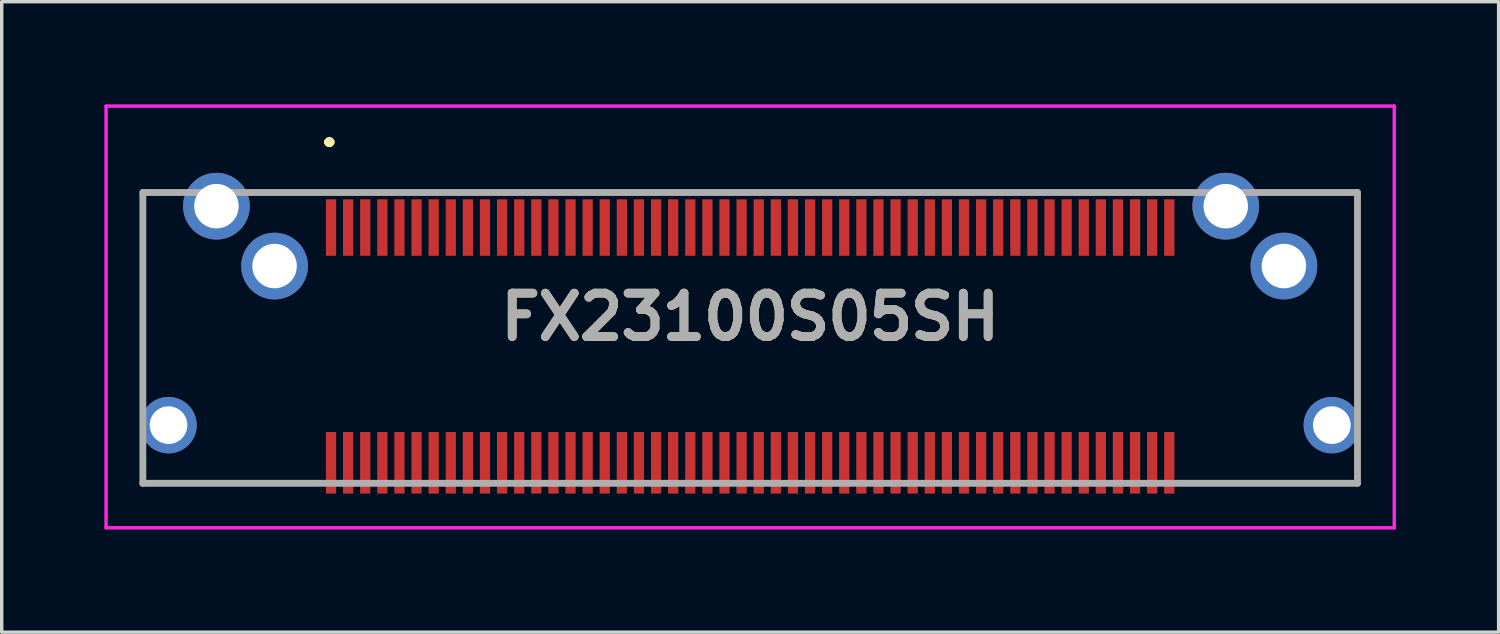
<source format=kicad_pcb>
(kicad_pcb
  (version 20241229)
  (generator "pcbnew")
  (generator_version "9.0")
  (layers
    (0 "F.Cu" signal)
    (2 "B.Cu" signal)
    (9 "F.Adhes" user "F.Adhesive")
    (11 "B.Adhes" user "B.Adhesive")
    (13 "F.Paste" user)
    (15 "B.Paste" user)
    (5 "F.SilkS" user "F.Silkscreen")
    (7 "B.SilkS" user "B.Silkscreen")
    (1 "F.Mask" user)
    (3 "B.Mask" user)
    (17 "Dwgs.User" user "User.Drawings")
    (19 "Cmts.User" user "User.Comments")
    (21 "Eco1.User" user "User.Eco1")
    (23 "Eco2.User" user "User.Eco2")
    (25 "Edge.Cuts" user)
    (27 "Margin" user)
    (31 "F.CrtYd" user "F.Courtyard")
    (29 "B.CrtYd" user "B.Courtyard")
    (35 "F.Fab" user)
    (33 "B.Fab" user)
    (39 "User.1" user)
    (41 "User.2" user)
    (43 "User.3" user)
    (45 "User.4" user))
  (footprint "FX23100S05SH"
    (layer "F.Cu")
    (at 18.875 6.826)
    (property "Reference" "FX23100S05SH" (at 0 -0.613 0) (layer "F.SilkS") (effects (font (size 1.27 1.27) (thickness 0.254))))
    (attr through_hole)
    (fp_line (start -17.75 -4.25) (end -17.75 -4.25) (stroke (width 0.1) (type solid)) (layer "F.SilkS"))
    (fp_line (start -17.75 -4.25) (end -17.75 0.774) (stroke (width 0.1) (type solid)) (layer "F.SilkS"))
    (fp_line (start -17.75 0.774) (end -17.75 -4.25) (stroke (width 0.1) (type solid)) (layer "F.SilkS"))
    (fp_line (start -17.75 0.774) (end -17.75 0.774) (stroke (width 0.1) (type solid)) (layer "F.SilkS"))
    (fp_line (start -17.75 4.25) (end -17.75 4.25) (stroke (width 0.1) (type solid)) (layer "F.SilkS"))
    (fp_line (start -17.75 4.25) (end -13.25 4.25) (stroke (width 0.1) (type solid)) (layer "F.SilkS"))
    (fp_line (start -14 -4.25) (end -14 -4.25) (stroke (width 0.1) (type solid)) (layer "F.SilkS"))
    (fp_line (start -14 -4.25) (end -12.75 -4.25) (stroke (width 0.1) (type solid)) (layer "F.SilkS"))
    (fp_line (start -13.25 4.25) (end -17.75 4.25) (stroke (width 0.1) (type solid)) (layer "F.SilkS"))
    (fp_line (start -13.25 4.25) (end -13.25 4.25) (stroke (width 0.1) (type solid)) (layer "F.SilkS"))
    (fp_line (start -12.75 -4.25) (end -14 -4.25) (stroke (width 0.1) (type solid)) (layer "F.SilkS"))
    (fp_line (start -12.75 -4.25) (end -12.75 -4.25) (stroke (width 0.1) (type solid)) (layer "F.SilkS"))
    (fp_line (start -12.35 -5.726) (end -12.35 -5.726) (stroke (width 0.2) (type solid)) (layer "F.SilkS"))
    (fp_line (start -12.35 -5.726) (end -12.35 -5.726) (stroke (width 0.2) (type solid)) (layer "F.SilkS"))
    (fp_line (start -12.25 -5.726) (end -12.25 -5.726) (stroke (width 0.2) (type solid)) (layer "F.SilkS"))
    (fp_line (start 13 4.25) (end 13 4.25) (stroke (width 0.1) (type solid)) (layer "F.SilkS"))
    (fp_line (start 13 4.25) (end 17.75 4.25) (stroke (width 0.1) (type solid)) (layer "F.SilkS"))
    (fp_line (start 15.75 -4.25) (end 17.75 -4.25) (stroke (width 0.1) (type solid)) (layer "F.SilkS"))
    (fp_line (start 15.75 -4.226) (end 15.75 -4.25) (stroke (width 0.1) (type solid)) (layer "F.SilkS"))
    (fp_line (start 17.75 -4.25) (end 17.75 -4.226) (stroke (width 0.1) (type solid)) (layer "F.SilkS"))
    (fp_line (start 17.75 -4.226) (end 15.75 -4.226) (stroke (width 0.1) (type solid)) (layer "F.SilkS"))
    (fp_line (start 17.75 -4.226) (end 17.75 -4.226) (stroke (width 0.1) (type solid)) (layer "F.SilkS"))
    (fp_line (start 17.75 -4.226) (end 17.75 1.274) (stroke (width 0.1) (type solid)) (layer "F.SilkS"))
    (fp_line (start 17.75 1.274) (end 17.75 -4.226) (stroke (width 0.1) (type solid)) (layer "F.SilkS"))
    (fp_line (start 17.75 1.274) (end 17.75 1.274) (stroke (width 0.1) (type solid)) (layer "F.SilkS"))
    (fp_line (start 17.75 4.25) (end 13 4.25) (stroke (width 0.1) (type solid)) (layer "F.SilkS"))
    (fp_line (start 17.75 4.25) (end 17.75 4.25) (stroke (width 0.1) (type solid)) (layer "F.SilkS"))
    (fp_arc (start -12.35 -5.725) (mid -12.3005 -5.7755) (end -12.25 -5.726) (stroke (width 0.2) (type solid)) (layer "F.SilkS"))
    (fp_arc (start -12.25 -5.725) (mid -12.3005 -5.6755) (end -12.35 -5.726) (stroke (width 0.2) (type solid)) (layer "F.SilkS"))
    (fp_arc (start -12.25 -5.725) (mid -12.3005 -5.6755) (end -12.35 -5.726) (stroke (width 0.2) (type solid)) (layer "F.SilkS"))
    (fp_line (start -18.825 -6.776) (end 18.825 -6.776) (stroke (width 0.1) (type solid)) (layer "F.CrtYd"))
    (fp_line (start -18.825 5.55) (end -18.825 -6.776) (stroke (width 0.1) (type solid)) (layer "F.CrtYd"))
    (fp_line (start 18.825 -6.776) (end 18.825 5.55) (stroke (width 0.1) (type solid)) (layer "F.CrtYd"))
    (fp_line (start 18.825 5.55) (end -18.825 5.55) (stroke (width 0.1) (type solid)) (layer "F.CrtYd"))
    (fp_line (start -17.75 -4.25) (end -17.75 4.25) (stroke (width 0.2) (type solid)) (layer "F.Fab"))
    (fp_line (start -17.75 4.25) (end 17.75 4.25) (stroke (width 0.2) (type solid)) (layer "F.Fab"))
    (fp_line (start 17.75 -4.25) (end -17.75 -4.25) (stroke (width 0.2) (type solid)) (layer "F.Fab"))
    (fp_line (start 17.75 4.25) (end 17.75 -4.25) (stroke (width 0.2) (type solid)) (layer "F.Fab"))
    (fp_text user "${REFERENCE}" (at 0 -0.613 0) (layer "F.Fab") (effects (font (size 1.27 1.27) (thickness 0.254))))
    (pad "1" smd rect (at -12.25 -3.226) (size 0.3 1.65) (layers "F.Cu" "F.Mask" "F.Paste"))
    (pad "2" smd rect (at -11.75 -3.226) (size 0.3 1.65) (layers "F.Cu" "F.Mask" "F.Paste"))
    (pad "3" smd rect (at -11.25 -3.226) (size 0.3 1.65) (layers "F.Cu" "F.Mask" "F.Paste"))
    (pad "4" smd rect (at -10.75 -3.226) (size 0.3 1.65) (layers "F.Cu" "F.Mask" "F.Paste"))
    (pad "5" smd rect (at -10.25 -3.226) (size 0.3 1.65) (layers "F.Cu" "F.Mask" "F.Paste"))
    (pad "6" smd rect (at -9.75 -3.226) (size 0.3 1.65) (layers "F.Cu" "F.Mask" "F.Paste"))
    (pad "7" smd rect (at -9.25 -3.226) (size 0.3 1.65) (layers "F.Cu" "F.Mask" "F.Paste"))
    (pad "8" smd rect (at -8.75 -3.226) (size 0.3 1.65) (layers "F.Cu" "F.Mask" "F.Paste"))
    (pad "9" smd rect (at -8.25 -3.226) (size 0.3 1.65) (layers "F.Cu" "F.Mask" "F.Paste"))
    (pad "10" smd rect (at -7.75 -3.226) (size 0.3 1.65) (layers "F.Cu" "F.Mask" "F.Paste"))
    (pad "11" smd rect (at -7.25 -3.226) (size 0.3 1.65) (layers "F.Cu" "F.Mask" "F.Paste"))
    (pad "12" smd rect (at -6.75 -3.226) (size 0.3 1.65) (layers "F.Cu" "F.Mask" "F.Paste"))
    (pad "13" smd rect (at -6.25 -3.226) (size 0.3 1.65) (layers "F.Cu" "F.Mask" "F.Paste"))
    (pad "14" smd rect (at -5.75 -3.226) (size 0.3 1.65) (layers "F.Cu" "F.Mask" "F.Paste"))
    (pad "15" smd rect (at -5.25 -3.226) (size 0.3 1.65) (layers "F.Cu" "F.Mask" "F.Paste"))
    (pad "16" smd rect (at -4.75 -3.226) (size 0.3 1.65) (layers "F.Cu" "F.Mask" "F.Paste"))
    (pad "17" smd rect (at -4.25 -3.226) (size 0.3 1.65) (layers "F.Cu" "F.Mask" "F.Paste"))
    (pad "18" smd rect (at -3.75 -3.226) (size 0.3 1.65) (layers "F.Cu" "F.Mask" "F.Paste"))
    (pad "19" smd rect (at -3.25 -3.226) (size 0.3 1.65) (layers "F.Cu" "F.Mask" "F.Paste"))
    (pad "20" smd rect (at -2.75 -3.226) (size 0.3 1.65) (layers "F.Cu" "F.Mask" "F.Paste"))
    (pad "21" smd rect (at -2.25 -3.226) (size 0.3 1.65) (layers "F.Cu" "F.Mask" "F.Paste"))
    (pad "22" smd rect (at -1.75 -3.226) (size 0.3 1.65) (layers "F.Cu" "F.Mask" "F.Paste"))
    (pad "23" smd rect (at -1.25 -3.226) (size 0.3 1.65) (layers "F.Cu" "F.Mask" "F.Paste"))
    (pad "24" smd rect (at -0.75 -3.226) (size 0.3 1.65) (layers "F.Cu" "F.Mask" "F.Paste"))
    (pad "25" smd rect (at -0.25 -3.226) (size 0.3 1.65) (layers "F.Cu" "F.Mask" "F.Paste"))
    (pad "26" smd rect (at 0.25 -3.226) (size 0.3 1.65) (layers "F.Cu" "F.Mask" "F.Paste"))
    (pad "27" smd rect (at 0.75 -3.226) (size 0.3 1.65) (layers "F.Cu" "F.Mask" "F.Paste"))
    (pad "28" smd rect (at 1.25 -3.226) (size 0.3 1.65) (layers "F.Cu" "F.Mask" "F.Paste"))
    (pad "29" smd rect (at 1.75 -3.226) (size 0.3 1.65) (layers "F.Cu" "F.Mask" "F.Paste"))
    (pad "30" smd rect (at 2.25 -3.226) (size 0.3 1.65) (layers "F.Cu" "F.Mask" "F.Paste"))
    (pad "31" smd rect (at 2.75 -3.226) (size 0.3 1.65) (layers "F.Cu" "F.Mask" "F.Paste"))
    (pad "32" smd rect (at 3.25 -3.226) (size 0.3 1.65) (layers "F.Cu" "F.Mask" "F.Paste"))
    (pad "33" smd rect (at 3.75 -3.226) (size 0.3 1.65) (layers "F.Cu" "F.Mask" "F.Paste"))
    (pad "34" smd rect (at 4.25 -3.226) (size 0.3 1.65) (layers "F.Cu" "F.Mask" "F.Paste"))
    (pad "35" smd rect (at 4.75 -3.226) (size 0.3 1.65) (layers "F.Cu" "F.Mask" "F.Paste"))
    (pad "36" smd rect (at 5.25 -3.226) (size 0.3 1.65) (layers "F.Cu" "F.Mask" "F.Paste"))
    (pad "37" smd rect (at 5.75 -3.226) (size 0.3 1.65) (layers "F.Cu" "F.Mask" "F.Paste"))
    (pad "38" smd rect (at 6.25 -3.226) (size 0.3 1.65) (layers "F.Cu" "F.Mask" "F.Paste"))
    (pad "39" smd rect (at 6.75 -3.226) (size 0.3 1.65) (layers "F.Cu" "F.Mask" "F.Paste"))
    (pad "40" smd rect (at 7.25 -3.226) (size 0.3 1.65) (layers "F.Cu" "F.Mask" "F.Paste"))
    (pad "41" smd rect (at 7.75 -3.226) (size 0.3 1.65) (layers "F.Cu" "F.Mask" "F.Paste"))
    (pad "42" smd rect (at 8.25 -3.226) (size 0.3 1.65) (layers "F.Cu" "F.Mask" "F.Paste"))
    (pad "43" smd rect (at 8.75 -3.226) (size 0.3 1.65) (layers "F.Cu" "F.Mask" "F.Paste"))
    (pad "44" smd rect (at 9.25 -3.226) (size 0.3 1.65) (layers "F.Cu" "F.Mask" "F.Paste"))
    (pad "45" smd rect (at 9.75 -3.226) (size 0.3 1.65) (layers "F.Cu" "F.Mask" "F.Paste"))
    (pad "46" smd rect (at 10.25 -3.226) (size 0.3 1.65) (layers "F.Cu" "F.Mask" "F.Paste"))
    (pad "47" smd rect (at 10.75 -3.226) (size 0.3 1.65) (layers "F.Cu" "F.Mask" "F.Paste"))
    (pad "48" smd rect (at 11.25 -3.226) (size 0.3 1.65) (layers "F.Cu" "F.Mask" "F.Paste"))
    (pad "49" smd rect (at 11.75 -3.226) (size 0.3 1.65) (layers "F.Cu" "F.Mask" "F.Paste"))
    (pad "50" smd rect (at 12.25 -3.226) (size 0.3 1.65) (layers "F.Cu" "F.Mask" "F.Paste"))
    (pad "51" smd rect (at -12.25 3.65) (size 0.3 1.8) (layers "F.Cu" "F.Mask" "F.Paste"))
    (pad "52" smd rect (at -11.75 3.65) (size 0.3 1.8) (layers "F.Cu" "F.Mask" "F.Paste"))
    (pad "53" smd rect (at -11.25 3.65) (size 0.3 1.8) (layers "F.Cu" "F.Mask" "F.Paste"))
    (pad "54" smd rect (at -10.75 3.65) (size 0.3 1.8) (layers "F.Cu" "F.Mask" "F.Paste"))
    (pad "55" smd rect (at -10.25 3.65) (size 0.3 1.8) (layers "F.Cu" "F.Mask" "F.Paste"))
    (pad "56" smd rect (at -9.75 3.65) (size 0.3 1.8) (layers "F.Cu" "F.Mask" "F.Paste"))
    (pad "57" smd rect (at -9.25 3.65) (size 0.3 1.8) (layers "F.Cu" "F.Mask" "F.Paste"))
    (pad "58" smd rect (at -8.75 3.65) (size 0.3 1.8) (layers "F.Cu" "F.Mask" "F.Paste"))
    (pad "59" smd rect (at -8.25 3.65) (size 0.3 1.8) (layers "F.Cu" "F.Mask" "F.Paste"))
    (pad "60" smd rect (at -7.75 3.65) (size 0.3 1.8) (layers "F.Cu" "F.Mask" "F.Paste"))
    (pad "61" smd rect (at -7.25 3.65) (size 0.3 1.8) (layers "F.Cu" "F.Mask" "F.Paste"))
    (pad "62" smd rect (at -6.75 3.65) (size 0.3 1.8) (layers "F.Cu" "F.Mask" "F.Paste"))
    (pad "63" smd rect (at -6.25 3.65) (size 0.3 1.8) (layers "F.Cu" "F.Mask" "F.Paste"))
    (pad "64" smd rect (at -5.75 3.65) (size 0.3 1.8) (layers "F.Cu" "F.Mask" "F.Paste"))
    (pad "65" smd rect (at -5.25 3.65) (size 0.3 1.8) (layers "F.Cu" "F.Mask" "F.Paste"))
    (pad "66" smd rect (at -4.75 3.65) (size 0.3 1.8) (layers "F.Cu" "F.Mask" "F.Paste"))
    (pad "67" smd rect (at -4.25 3.65) (size 0.3 1.8) (layers "F.Cu" "F.Mask" "F.Paste"))
    (pad "68" smd rect (at -3.75 3.65) (size 0.3 1.8) (layers "F.Cu" "F.Mask" "F.Paste"))
    (pad "69" smd rect (at -3.25 3.65) (size 0.3 1.8) (layers "F.Cu" "F.Mask" "F.Paste"))
    (pad "70" smd rect (at -2.75 3.65) (size 0.3 1.8) (layers "F.Cu" "F.Mask" "F.Paste"))
    (pad "71" smd rect (at -2.25 3.65) (size 0.3 1.8) (layers "F.Cu" "F.Mask" "F.Paste"))
    (pad "72" smd rect (at -1.75 3.65) (size 0.3 1.8) (layers "F.Cu" "F.Mask" "F.Paste"))
    (pad "73" smd rect (at -1.25 3.65) (size 0.3 1.8) (layers "F.Cu" "F.Mask" "F.Paste"))
    (pad "74" smd rect (at -0.75 3.65) (size 0.3 1.8) (layers "F.Cu" "F.Mask" "F.Paste"))
    (pad "75" smd rect (at -0.25 3.65) (size 0.3 1.8) (layers "F.Cu" "F.Mask" "F.Paste"))
    (pad "76" smd rect (at 0.25 3.65) (size 0.3 1.8) (layers "F.Cu" "F.Mask" "F.Paste"))
    (pad "77" smd rect (at 0.75 3.65) (size 0.3 1.8) (layers "F.Cu" "F.Mask" "F.Paste"))
    (pad "78" smd rect (at 1.25 3.65) (size 0.3 1.8) (layers "F.Cu" "F.Mask" "F.Paste"))
    (pad "79" smd rect (at 1.75 3.65) (size 0.3 1.8) (layers "F.Cu" "F.Mask" "F.Paste"))
    (pad "80" smd rect (at 2.25 3.65) (size 0.3 1.8) (layers "F.Cu" "F.Mask" "F.Paste"))
    (pad "81" smd rect (at 2.75 3.65) (size 0.3 1.8) (layers "F.Cu" "F.Mask" "F.Paste"))
    (pad "82" smd rect (at 3.25 3.65) (size 0.3 1.8) (layers "F.Cu" "F.Mask" "F.Paste"))
    (pad "83" smd rect (at 3.75 3.65) (size 0.3 1.8) (layers "F.Cu" "F.Mask" "F.Paste"))
    (pad "84" smd rect (at 4.25 3.65) (size 0.3 1.8) (layers "F.Cu" "F.Mask" "F.Paste"))
    (pad "85" smd rect (at 4.75 3.65) (size 0.3 1.8) (layers "F.Cu" "F.Mask" "F.Paste"))
    (pad "86" smd rect (at 5.25 3.65) (size 0.3 1.8) (layers "F.Cu" "F.Mask" "F.Paste"))
    (pad "87" smd rect (at 5.75 3.65) (size 0.3 1.8) (layers "F.Cu" "F.Mask" "F.Paste"))
    (pad "88" smd rect (at 6.25 3.65) (size 0.3 1.8) (layers "F.Cu" "F.Mask" "F.Paste"))
    (pad "89" smd rect (at 6.75 3.65) (size 0.3 1.8) (layers "F.Cu" "F.Mask" "F.Paste"))
    (pad "90" smd rect (at 7.25 3.65) (size 0.3 1.8) (layers "F.Cu" "F.Mask" "F.Paste"))
    (pad "91" smd rect (at 7.75 3.65) (size 0.3 1.8) (layers "F.Cu" "F.Mask" "F.Paste"))
    (pad "92" smd rect (at 8.25 3.65) (size 0.3 1.8) (layers "F.Cu" "F.Mask" "F.Paste"))
    (pad "93" smd rect (at 8.75 3.65) (size 0.3 1.8) (layers "F.Cu" "F.Mask" "F.Paste"))
    (pad "94" smd rect (at 9.25 3.65) (size 0.3 1.8) (layers "F.Cu" "F.Mask" "F.Paste"))
    (pad "95" smd rect (at 9.75 3.65) (size 0.3 1.8) (layers "F.Cu" "F.Mask" "F.Paste"))
    (pad "96" smd rect (at 10.25 3.65) (size 0.3 1.8) (layers "F.Cu" "F.Mask" "F.Paste"))
    (pad "97" smd rect (at 10.75 3.65) (size 0.3 1.8) (layers "F.Cu" "F.Mask" "F.Paste"))
    (pad "98" smd rect (at 11.25 3.65) (size 0.3 1.8) (layers "F.Cu" "F.Mask" "F.Paste"))
    (pad "99" smd rect (at 11.75 3.65) (size 0.3 1.8) (layers "F.Cu" "F.Mask" "F.Paste"))
    (pad "100" smd rect (at 12.25 3.65) (size 0.3 1.8) (layers "F.Cu" "F.Mask" "F.Paste"))
    (pad "MH1" thru_hole circle (at -17 2.55) (size 1.65 1.65) (drill 1.1) (layers "*.Cu" "*.Mask"))
    (pad "MH2" thru_hole circle (at 17 2.55) (size 1.65 1.65) (drill 1.1) (layers "*.Cu" "*.Mask"))
    (pad "P1" thru_hole circle (at -15.6 -3.85) (size 1.95 1.95) (drill 1.3) (layers "*.Cu" "*.Mask"))
    (pad "P2" thru_hole circle (at 13.9 -3.85) (size 1.95 1.95) (drill 1.3) (layers "*.Cu" "*.Mask"))
    (pad "P3" thru_hole circle (at -13.9 -2.1) (size 1.95 1.95) (drill 1.3) (layers "*.Cu" "*.Mask"))
    (pad "P4" thru_hole circle (at 15.6 -2.1) (size 1.95 1.95) (drill 1.3) (layers "*.Cu" "*.Mask")))
  (gr_rect
    (start -3 -3)
    (end 40.75 15.426)
    (stroke (width 0.1) (type default))
    (fill no)
    (layer "Edge.Cuts")))
</source>
